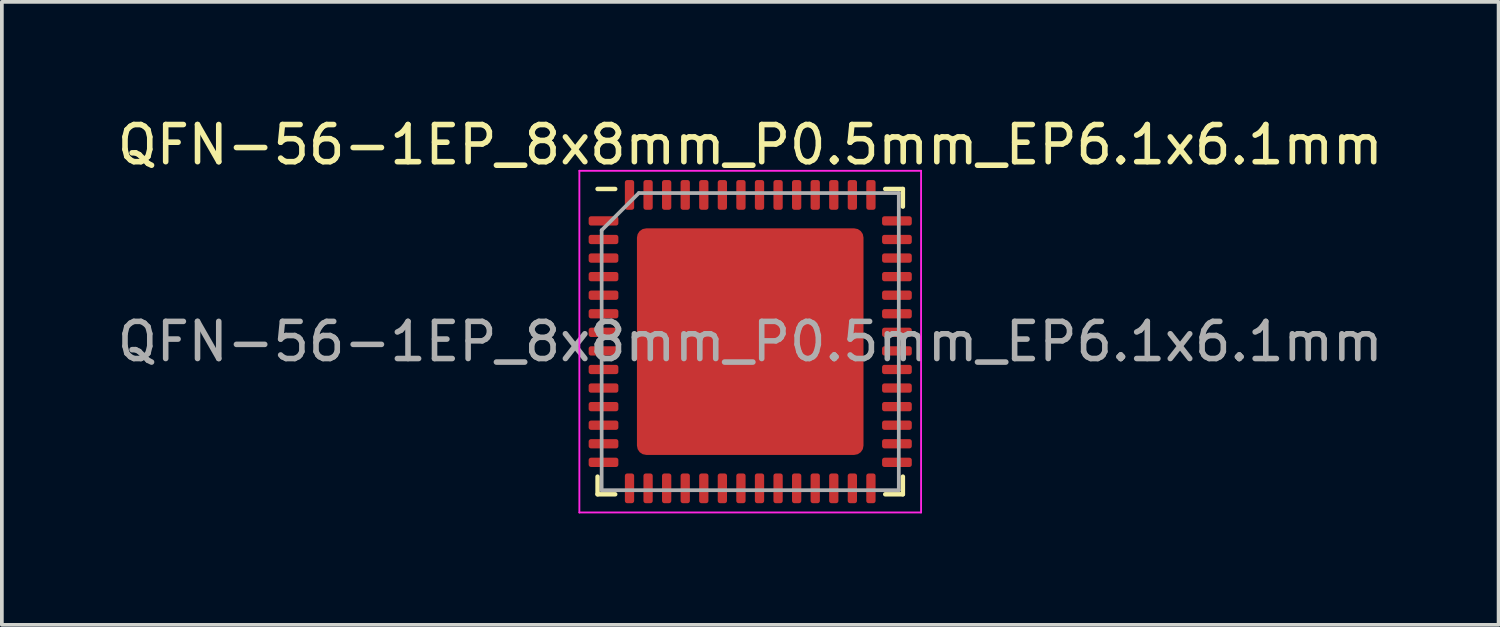
<source format=kicad_pcb>
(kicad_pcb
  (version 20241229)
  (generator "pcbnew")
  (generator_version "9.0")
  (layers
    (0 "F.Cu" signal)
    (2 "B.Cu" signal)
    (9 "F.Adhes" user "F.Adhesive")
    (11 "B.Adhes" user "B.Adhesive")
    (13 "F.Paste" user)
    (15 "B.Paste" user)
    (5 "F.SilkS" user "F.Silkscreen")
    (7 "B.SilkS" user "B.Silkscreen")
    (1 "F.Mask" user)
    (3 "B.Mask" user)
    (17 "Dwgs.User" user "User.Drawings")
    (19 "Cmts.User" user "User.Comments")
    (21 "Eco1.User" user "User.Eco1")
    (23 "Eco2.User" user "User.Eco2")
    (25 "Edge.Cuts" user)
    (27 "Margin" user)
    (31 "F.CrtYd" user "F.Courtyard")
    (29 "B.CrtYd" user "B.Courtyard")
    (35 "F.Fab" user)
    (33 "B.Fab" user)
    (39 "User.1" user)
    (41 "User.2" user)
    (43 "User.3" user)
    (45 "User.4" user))
  (footprint "QFN-56-1EP_8x8mm_P0.5mm_EP6.1x6.1mm"
    (layer "F.Cu")
    (at 17.149 6.148)
    (property "Reference" "QFN-56-1EP_8x8mm_P0.5mm_EP6.1x6.1mm" (at 0 -5.3 0) (layer "F.SilkS") (effects (font (size 1 1) (thickness 0.15))))
    (attr smd)
    (fp_line (start -4.11 4.11) (end -4.11 3.635) (stroke (width 0.12) (type solid)) (layer "F.SilkS"))
    (fp_line (start -3.635 -4.11) (end -4.11 -4.11) (stroke (width 0.12) (type solid)) (layer "F.SilkS"))
    (fp_line (start -3.635 4.11) (end -4.11 4.11) (stroke (width 0.12) (type solid)) (layer "F.SilkS"))
    (fp_line (start 3.635 -4.11) (end 4.11 -4.11) (stroke (width 0.12) (type solid)) (layer "F.SilkS"))
    (fp_line (start 3.635 4.11) (end 4.11 4.11) (stroke (width 0.12) (type solid)) (layer "F.SilkS"))
    (fp_line (start 4.11 -4.11) (end 4.11 -3.635) (stroke (width 0.12) (type solid)) (layer "F.SilkS"))
    (fp_line (start 4.11 4.11) (end 4.11 3.635) (stroke (width 0.12) (type solid)) (layer "F.SilkS"))
    (fp_line (start -4.6 -4.6) (end -4.6 4.6) (stroke (width 0.05) (type solid)) (layer "F.CrtYd"))
    (fp_line (start -4.6 4.6) (end 4.6 4.6) (stroke (width 0.05) (type solid)) (layer "F.CrtYd"))
    (fp_line (start 4.6 -4.6) (end -4.6 -4.6) (stroke (width 0.05) (type solid)) (layer "F.CrtYd"))
    (fp_line (start 4.6 4.6) (end 4.6 -4.6) (stroke (width 0.05) (type solid)) (layer "F.CrtYd"))
    (fp_line (start -4 -3) (end -3 -4) (stroke (width 0.1) (type solid)) (layer "F.Fab"))
    (fp_line (start -4 4) (end -4 -3) (stroke (width 0.1) (type solid)) (layer "F.Fab"))
    (fp_line (start -3 -4) (end 4 -4) (stroke (width 0.1) (type solid)) (layer "F.Fab"))
    (fp_line (start 4 -4) (end 4 4) (stroke (width 0.1) (type solid)) (layer "F.Fab"))
    (fp_line (start 4 4) (end -4 4) (stroke (width 0.1) (type solid)) (layer "F.Fab"))
    (fp_text user "${REFERENCE}" (at 0 0 0) (layer "F.Fab") (effects (font (size 1 1) (thickness 0.15))))
    (pad "" smd roundrect (at -2.28 -2.28) (size 1.23 1.23) (layers "F.Paste") (roundrect_rratio 0.203))
    (pad "" smd roundrect (at -2.28 -0.76) (size 1.23 1.23) (layers "F.Paste") (roundrect_rratio 0.203))
    (pad "" smd roundrect (at -2.28 0.76) (size 1.23 1.23) (layers "F.Paste") (roundrect_rratio 0.203))
    (pad "" smd roundrect (at -2.28 2.28) (size 1.23 1.23) (layers "F.Paste") (roundrect_rratio 0.203))
    (pad "" smd roundrect (at -0.76 -2.28) (size 1.23 1.23) (layers "F.Paste") (roundrect_rratio 0.203))
    (pad "" smd roundrect (at -0.76 -0.76) (size 1.23 1.23) (layers "F.Paste") (roundrect_rratio 0.203))
    (pad "" smd roundrect (at -0.76 0.76) (size 1.23 1.23) (layers "F.Paste") (roundrect_rratio 0.203))
    (pad "" smd roundrect (at -0.76 2.28) (size 1.23 1.23) (layers "F.Paste") (roundrect_rratio 0.203))
    (pad "" smd roundrect (at 0.76 -2.28) (size 1.23 1.23) (layers "F.Paste") (roundrect_rratio 0.203))
    (pad "" smd roundrect (at 0.76 -0.76) (size 1.23 1.23) (layers "F.Paste") (roundrect_rratio 0.203))
    (pad "" smd roundrect (at 0.76 0.76) (size 1.23 1.23) (layers "F.Paste") (roundrect_rratio 0.203))
    (pad "" smd roundrect (at 0.76 2.28) (size 1.23 1.23) (layers "F.Paste") (roundrect_rratio 0.203))
    (pad "" smd roundrect (at 2.28 -2.28) (size 1.23 1.23) (layers "F.Paste") (roundrect_rratio 0.203))
    (pad "" smd roundrect (at 2.28 -0.76) (size 1.23 1.23) (layers "F.Paste") (roundrect_rratio 0.203))
    (pad "" smd roundrect (at 2.28 0.76) (size 1.23 1.23) (layers "F.Paste") (roundrect_rratio 0.203))
    (pad "" smd roundrect (at 2.28 2.28) (size 1.23 1.23) (layers "F.Paste") (roundrect_rratio 0.203))
    (pad "1" smd roundrect (at -3.95 -3.25) (size 0.8 0.25) (layers "F.Cu" "F.Mask" "F.Paste") (roundrect_rratio 0.25))
    (pad "2" smd roundrect (at -3.95 -2.75) (size 0.8 0.25) (layers "F.Cu" "F.Mask" "F.Paste") (roundrect_rratio 0.25))
    (pad "3" smd roundrect (at -3.95 -2.25) (size 0.8 0.25) (layers "F.Cu" "F.Mask" "F.Paste") (roundrect_rratio 0.25))
    (pad "4" smd roundrect (at -3.95 -1.75) (size 0.8 0.25) (layers "F.Cu" "F.Mask" "F.Paste") (roundrect_rratio 0.25))
    (pad "5" smd roundrect (at -3.95 -1.25) (size 0.8 0.25) (layers "F.Cu" "F.Mask" "F.Paste") (roundrect_rratio 0.25))
    (pad "6" smd roundrect (at -3.95 -0.75) (size 0.8 0.25) (layers "F.Cu" "F.Mask" "F.Paste") (roundrect_rratio 0.25))
    (pad "7" smd roundrect (at -3.95 -0.25) (size 0.8 0.25) (layers "F.Cu" "F.Mask" "F.Paste") (roundrect_rratio 0.25))
    (pad "8" smd roundrect (at -3.95 0.25) (size 0.8 0.25) (layers "F.Cu" "F.Mask" "F.Paste") (roundrect_rratio 0.25))
    (pad "9" smd roundrect (at -3.95 0.75) (size 0.8 0.25) (layers "F.Cu" "F.Mask" "F.Paste") (roundrect_rratio 0.25))
    (pad "10" smd roundrect (at -3.95 1.25) (size 0.8 0.25) (layers "F.Cu" "F.Mask" "F.Paste") (roundrect_rratio 0.25))
    (pad "11" smd roundrect (at -3.95 1.75) (size 0.8 0.25) (layers "F.Cu" "F.Mask" "F.Paste") (roundrect_rratio 0.25))
    (pad "12" smd roundrect (at -3.95 2.25) (size 0.8 0.25) (layers "F.Cu" "F.Mask" "F.Paste") (roundrect_rratio 0.25))
    (pad "13" smd roundrect (at -3.95 2.75) (size 0.8 0.25) (layers "F.Cu" "F.Mask" "F.Paste") (roundrect_rratio 0.25))
    (pad "14" smd roundrect (at -3.95 3.25) (size 0.8 0.25) (layers "F.Cu" "F.Mask" "F.Paste") (roundrect_rratio 0.25))
    (pad "15" smd roundrect (at -3.25 3.95) (size 0.25 0.8) (layers "F.Cu" "F.Mask" "F.Paste") (roundrect_rratio 0.25))
    (pad "16" smd roundrect (at -2.75 3.95) (size 0.25 0.8) (layers "F.Cu" "F.Mask" "F.Paste") (roundrect_rratio 0.25))
    (pad "17" smd roundrect (at -2.25 3.95) (size 0.25 0.8) (layers "F.Cu" "F.Mask" "F.Paste") (roundrect_rratio 0.25))
    (pad "18" smd roundrect (at -1.75 3.95) (size 0.25 0.8) (layers "F.Cu" "F.Mask" "F.Paste") (roundrect_rratio 0.25))
    (pad "19" smd roundrect (at -1.25 3.95) (size 0.25 0.8) (layers "F.Cu" "F.Mask" "F.Paste") (roundrect_rratio 0.25))
    (pad "20" smd roundrect (at -0.75 3.95) (size 0.25 0.8) (layers "F.Cu" "F.Mask" "F.Paste") (roundrect_rratio 0.25))
    (pad "21" smd roundrect (at -0.25 3.95) (size 0.25 0.8) (layers "F.Cu" "F.Mask" "F.Paste") (roundrect_rratio 0.25))
    (pad "22" smd roundrect (at 0.25 3.95) (size 0.25 0.8) (layers "F.Cu" "F.Mask" "F.Paste") (roundrect_rratio 0.25))
    (pad "23" smd roundrect (at 0.75 3.95) (size 0.25 0.8) (layers "F.Cu" "F.Mask" "F.Paste") (roundrect_rratio 0.25))
    (pad "24" smd roundrect (at 1.25 3.95) (size 0.25 0.8) (layers "F.Cu" "F.Mask" "F.Paste") (roundrect_rratio 0.25))
    (pad "25" smd roundrect (at 1.75 3.95) (size 0.25 0.8) (layers "F.Cu" "F.Mask" "F.Paste") (roundrect_rratio 0.25))
    (pad "26" smd roundrect (at 2.25 3.95) (size 0.25 0.8) (layers "F.Cu" "F.Mask" "F.Paste") (roundrect_rratio 0.25))
    (pad "27" smd roundrect (at 2.75 3.95) (size 0.25 0.8) (layers "F.Cu" "F.Mask" "F.Paste") (roundrect_rratio 0.25))
    (pad "28" smd roundrect (at 3.25 3.95) (size 0.25 0.8) (layers "F.Cu" "F.Mask" "F.Paste") (roundrect_rratio 0.25))
    (pad "29" smd roundrect (at 3.95 3.25) (size 0.8 0.25) (layers "F.Cu" "F.Mask" "F.Paste") (roundrect_rratio 0.25))
    (pad "30" smd roundrect (at 3.95 2.75) (size 0.8 0.25) (layers "F.Cu" "F.Mask" "F.Paste") (roundrect_rratio 0.25))
    (pad "31" smd roundrect (at 3.95 2.25) (size 0.8 0.25) (layers "F.Cu" "F.Mask" "F.Paste") (roundrect_rratio 0.25))
    (pad "32" smd roundrect (at 3.95 1.75) (size 0.8 0.25) (layers "F.Cu" "F.Mask" "F.Paste") (roundrect_rratio 0.25))
    (pad "33" smd roundrect (at 3.95 1.25) (size 0.8 0.25) (layers "F.Cu" "F.Mask" "F.Paste") (roundrect_rratio 0.25))
    (pad "34" smd roundrect (at 3.95 0.75) (size 0.8 0.25) (layers "F.Cu" "F.Mask" "F.Paste") (roundrect_rratio 0.25))
    (pad "35" smd roundrect (at 3.95 0.25) (size 0.8 0.25) (layers "F.Cu" "F.Mask" "F.Paste") (roundrect_rratio 0.25))
    (pad "36" smd roundrect (at 3.95 -0.25) (size 0.8 0.25) (layers "F.Cu" "F.Mask" "F.Paste") (roundrect_rratio 0.25))
    (pad "37" smd roundrect (at 3.95 -0.75) (size 0.8 0.25) (layers "F.Cu" "F.Mask" "F.Paste") (roundrect_rratio 0.25))
    (pad "38" smd roundrect (at 3.95 -1.25) (size 0.8 0.25) (layers "F.Cu" "F.Mask" "F.Paste") (roundrect_rratio 0.25))
    (pad "39" smd roundrect (at 3.95 -1.75) (size 0.8 0.25) (layers "F.Cu" "F.Mask" "F.Paste") (roundrect_rratio 0.25))
    (pad "40" smd roundrect (at 3.95 -2.25) (size 0.8 0.25) (layers "F.Cu" "F.Mask" "F.Paste") (roundrect_rratio 0.25))
    (pad "41" smd roundrect (at 3.95 -2.75) (size 0.8 0.25) (layers "F.Cu" "F.Mask" "F.Paste") (roundrect_rratio 0.25))
    (pad "42" smd roundrect (at 3.95 -3.25) (size 0.8 0.25) (layers "F.Cu" "F.Mask" "F.Paste") (roundrect_rratio 0.25))
    (pad "43" smd roundrect (at 3.25 -3.95) (size 0.25 0.8) (layers "F.Cu" "F.Mask" "F.Paste") (roundrect_rratio 0.25))
    (pad "44" smd roundrect (at 2.75 -3.95) (size 0.25 0.8) (layers "F.Cu" "F.Mask" "F.Paste") (roundrect_rratio 0.25))
    (pad "45" smd roundrect (at 2.25 -3.95) (size 0.25 0.8) (layers "F.Cu" "F.Mask" "F.Paste") (roundrect_rratio 0.25))
    (pad "46" smd roundrect (at 1.75 -3.95) (size 0.25 0.8) (layers "F.Cu" "F.Mask" "F.Paste") (roundrect_rratio 0.25))
    (pad "47" smd roundrect (at 1.25 -3.95) (size 0.25 0.8) (layers "F.Cu" "F.Mask" "F.Paste") (roundrect_rratio 0.25))
    (pad "48" smd roundrect (at 0.75 -3.95) (size 0.25 0.8) (layers "F.Cu" "F.Mask" "F.Paste") (roundrect_rratio 0.25))
    (pad "49" smd roundrect (at 0.25 -3.95) (size 0.25 0.8) (layers "F.Cu" "F.Mask" "F.Paste") (roundrect_rratio 0.25))
    (pad "50" smd roundrect (at -0.25 -3.95) (size 0.25 0.8) (layers "F.Cu" "F.Mask" "F.Paste") (roundrect_rratio 0.25))
    (pad "51" smd roundrect (at -0.75 -3.95) (size 0.25 0.8) (layers "F.Cu" "F.Mask" "F.Paste") (roundrect_rratio 0.25))
    (pad "52" smd roundrect (at -1.25 -3.95) (size 0.25 0.8) (layers "F.Cu" "F.Mask" "F.Paste") (roundrect_rratio 0.25))
    (pad "53" smd roundrect (at -1.75 -3.95) (size 0.25 0.8) (layers "F.Cu" "F.Mask" "F.Paste") (roundrect_rratio 0.25))
    (pad "54" smd roundrect (at -2.25 -3.95) (size 0.25 0.8) (layers "F.Cu" "F.Mask" "F.Paste") (roundrect_rratio 0.25))
    (pad "55" smd roundrect (at -2.75 -3.95) (size 0.25 0.8) (layers "F.Cu" "F.Mask" "F.Paste") (roundrect_rratio 0.25))
    (pad "56" smd roundrect (at -3.25 -3.95) (size 0.25 0.8) (layers "F.Cu" "F.Mask" "F.Paste") (roundrect_rratio 0.25))
    (pad "57" smd roundrect (at 0 0) (size 6.1 6.1) (layers "F.Cu" "F.Mask") (roundrect_rratio 0.041)))
  (gr_rect
    (start -3 -3)
    (end 37.298 13.773)
    (stroke (width 0.1) (type default))
    (fill no)
    (layer "Edge.Cuts")))
</source>
